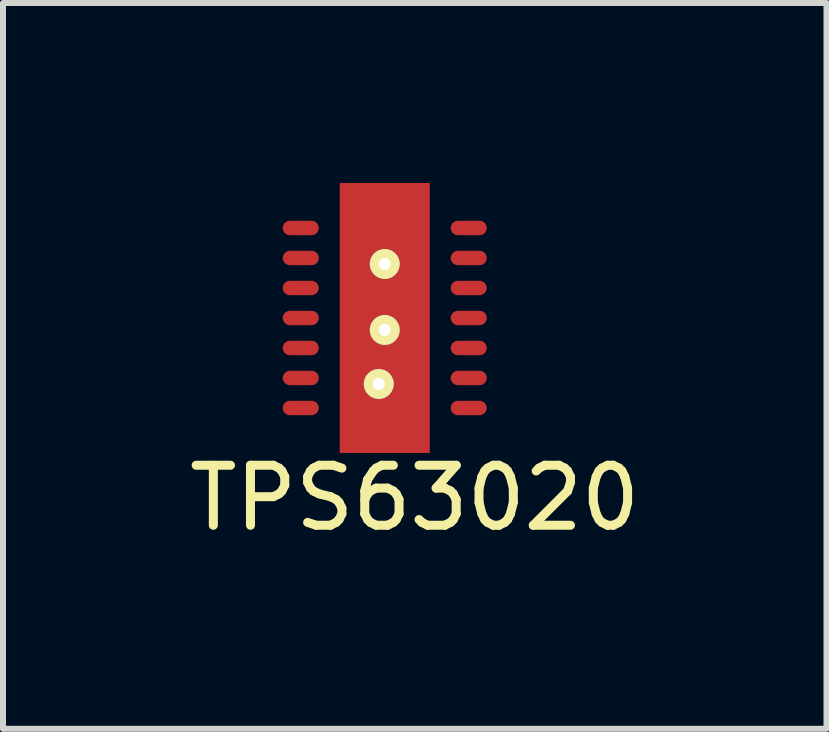
<source format=kicad_pcb>
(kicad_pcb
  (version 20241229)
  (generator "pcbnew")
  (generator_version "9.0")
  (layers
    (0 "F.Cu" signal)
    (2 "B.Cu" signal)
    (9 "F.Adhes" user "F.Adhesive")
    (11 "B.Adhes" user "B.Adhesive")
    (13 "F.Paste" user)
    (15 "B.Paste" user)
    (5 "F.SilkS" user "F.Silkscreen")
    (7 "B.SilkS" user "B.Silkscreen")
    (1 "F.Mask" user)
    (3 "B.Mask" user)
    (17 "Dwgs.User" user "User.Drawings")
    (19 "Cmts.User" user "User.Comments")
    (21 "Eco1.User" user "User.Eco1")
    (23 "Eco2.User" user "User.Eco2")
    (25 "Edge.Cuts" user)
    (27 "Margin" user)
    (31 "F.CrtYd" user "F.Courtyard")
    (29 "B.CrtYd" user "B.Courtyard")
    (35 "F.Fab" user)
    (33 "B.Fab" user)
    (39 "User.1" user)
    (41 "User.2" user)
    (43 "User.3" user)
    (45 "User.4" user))
  (footprint "TPS63020"
    (layer "F.Cu")
    (at 3.363 2.25)
    (property "Reference" "TPS63020" (at 0.5 3 0) (layer "F.SilkS") (effects (font (size 1 1) (thickness 0.15))))
    (attr through_hole)
    (pad "1" smd oval (at -1.4 -1.5) (size 0.6 0.24) (layers "F.Cu" "F.Mask" "F.Paste"))
    (pad "1" smd oval (at -1.4 -1) (size 0.6 0.24) (layers "F.Cu" "F.Mask" "F.Paste"))
    (pad "1" smd oval (at -1.4 -0.5) (size 0.6 0.24) (layers "F.Cu" "F.Mask" "F.Paste"))
    (pad "1" smd oval (at -1.4 0) (size 0.6 0.24) (layers "F.Cu" "F.Mask" "F.Paste"))
    (pad "1" smd oval (at -1.4 0.5) (size 0.6 0.24) (layers "F.Cu" "F.Mask" "F.Paste"))
    (pad "1" smd oval (at -1.4 1) (size 0.6 0.24) (layers "F.Cu" "F.Mask" "F.Paste"))
    (pad "1" smd oval (at -1.4 1.5) (size 0.6 0.24) (layers "F.Cu" "F.Mask" "F.Paste"))
    (pad "1" smd oval (at 1.4 -1.5) (size 0.6 0.24) (layers "F.Cu" "F.Mask" "F.Paste"))
    (pad "1" smd oval (at 1.4 -1) (size 0.6 0.24) (layers "F.Cu" "F.Mask" "F.Paste"))
    (pad "1" smd oval (at 1.4 -0.5) (size 0.6 0.24) (layers "F.Cu" "F.Mask" "F.Paste"))
    (pad "1" smd oval (at 1.4 0) (size 0.6 0.24) (layers "F.Cu" "F.Mask" "F.Paste"))
    (pad "1" smd oval (at 1.4 0.5) (size 0.6 0.24) (layers "F.Cu" "F.Mask" "F.Paste"))
    (pad "1" smd oval (at 1.4 1) (size 0.6 0.24) (layers "F.Cu" "F.Mask" "F.Paste"))
    (pad "1" smd oval (at 1.4 1.5) (size 0.6 0.24) (layers "F.Cu" "F.Mask" "F.Paste"))
    (pad "PAD" thru_hole circle (at -0.1 1.1) (size 0.5 0.5) (drill 0.2) (layers "*.Cu" "*.Mask" "F.SilkS"))
    (pad "PAD" thru_hole circle (at 0 -0.9) (size 0.5 0.5) (drill 0.2) (layers "*.Cu" "*.Mask" "F.SilkS"))
    (pad "PAD" smd rect (at 0 0) (size 1.5 4.5) (layers "F.Cu" "F.Mask" "F.Paste"))
    (pad "PAD" thru_hole circle (at 0 0.2) (size 0.5 0.5) (drill 0.2) (layers "*.Cu" "*.Mask" "F.SilkS")))
  (gr_rect
    (start -3 -3)
    (end 10.726 9.098)
    (stroke (width 0.1) (type default))
    (fill no)
    (layer "Edge.Cuts")))
</source>
